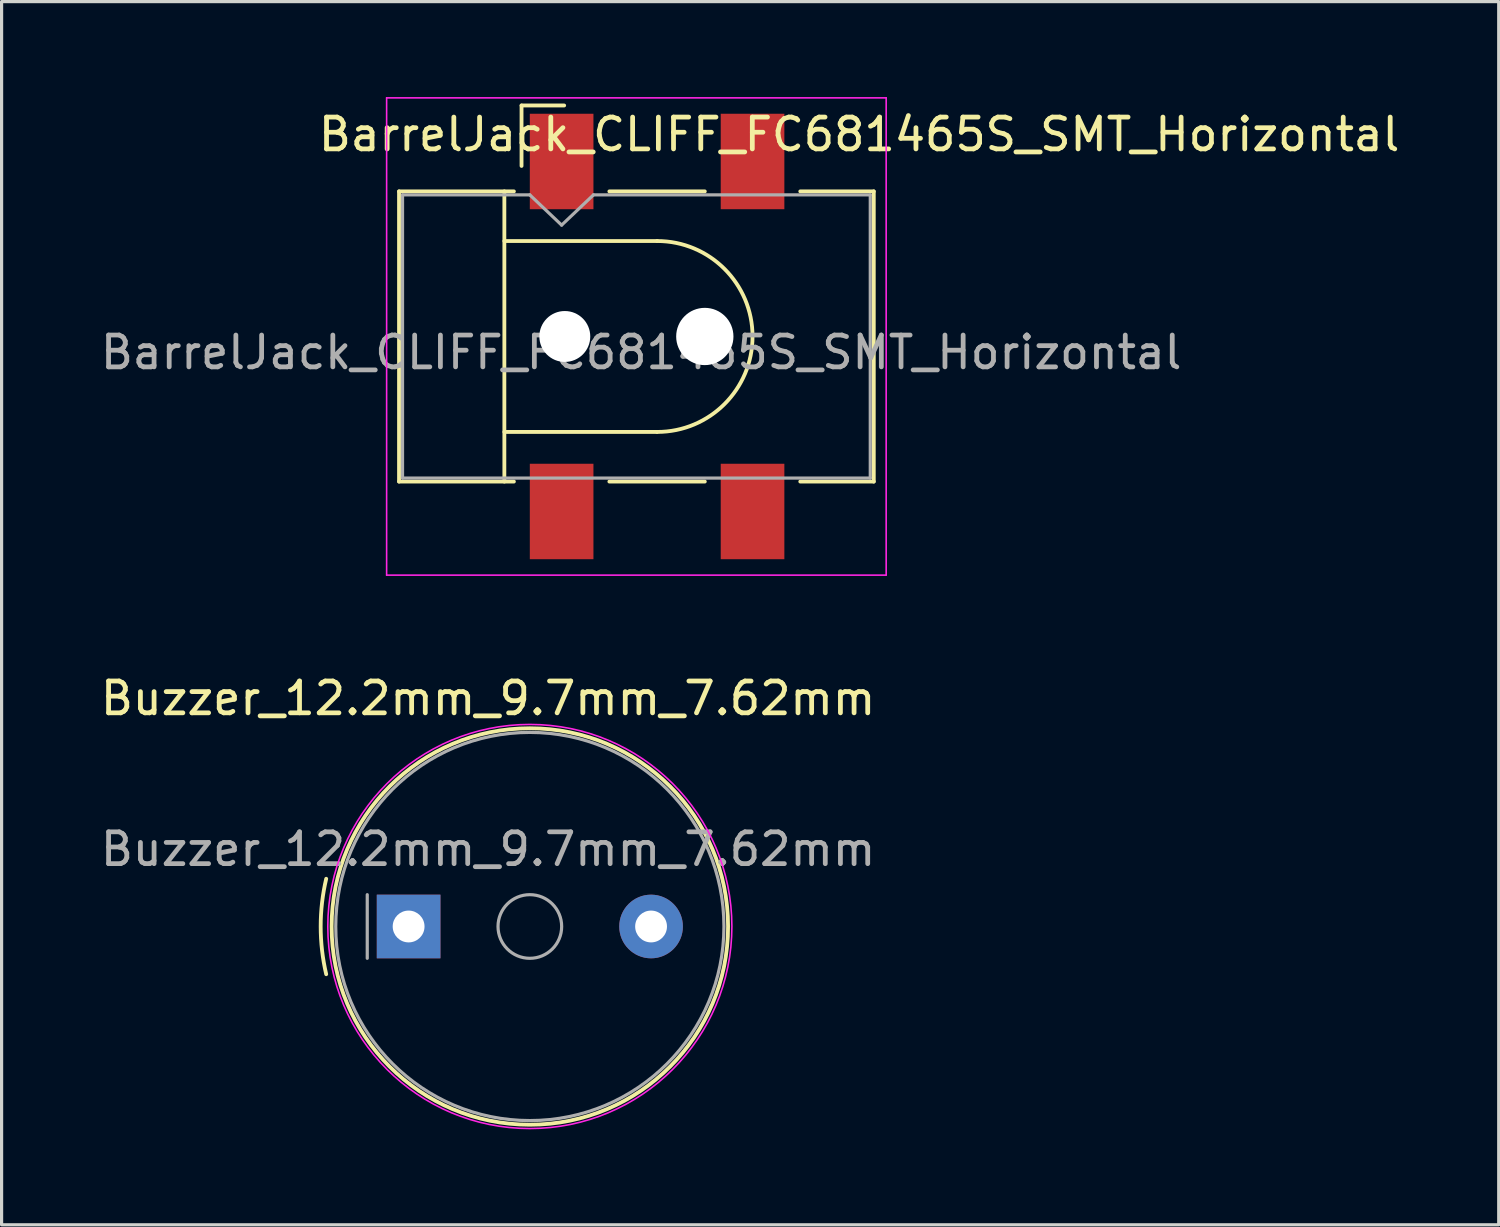
<source format=kicad_pcb>
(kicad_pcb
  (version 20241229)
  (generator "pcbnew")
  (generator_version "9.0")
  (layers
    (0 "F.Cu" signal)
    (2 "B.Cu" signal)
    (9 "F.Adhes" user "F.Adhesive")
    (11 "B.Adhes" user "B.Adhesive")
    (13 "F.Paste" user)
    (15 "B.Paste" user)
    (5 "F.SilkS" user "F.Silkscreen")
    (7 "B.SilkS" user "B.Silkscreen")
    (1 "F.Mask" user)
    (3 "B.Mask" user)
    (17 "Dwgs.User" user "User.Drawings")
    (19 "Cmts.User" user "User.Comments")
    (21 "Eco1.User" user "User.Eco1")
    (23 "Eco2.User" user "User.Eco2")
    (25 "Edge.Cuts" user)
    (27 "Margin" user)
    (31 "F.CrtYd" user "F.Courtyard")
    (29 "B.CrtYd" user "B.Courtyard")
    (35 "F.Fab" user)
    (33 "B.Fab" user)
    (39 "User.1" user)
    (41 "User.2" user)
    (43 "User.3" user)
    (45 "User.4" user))
  (footprint "Buzzer_12.2mm_9.7mm_7.62mm"
    (layer "F.Cu")
    (at 9.792 26.068)
    (property "Reference" "Buzzer_12.2mm_9.7mm_7.62mm" (at 2.5 -7.17 0) (layer "F.SilkS") (effects (font (size 1 1) (thickness 0.15))))
    (attr through_hole)
    (fp_arc (start -2.59 1.499999) (mid -2.763431 0) (end -2.59 -1.5) (stroke (width 0.12) (type solid)) (layer "F.SilkS"))
    (fp_circle (center 3.81 0) (end 10.04 0) (stroke (width 0.12) (type solid)) (fill no) (layer "F.SilkS"))
    (fp_circle (center 3.81 0) (end 10.16 0) (stroke (width 0.05) (type solid)) (fill no) (layer "F.CrtYd"))
    (fp_line (start -1.3 -1) (end -1.3 1) (stroke (width 0.1) (type solid)) (layer "F.Fab"))
    (fp_circle (center 3.81 0) (end 4.81 0) (stroke (width 0.1) (type solid)) (fill no) (layer "F.Fab"))
    (fp_circle (center 3.81 0) (end 9.91 0) (stroke (width 0.1) (type solid)) (fill no) (layer "F.Fab"))
    (fp_text user "${REFERENCE}" (at 2.5 -2.43 0) (layer "F.Fab") (effects (font (size 1 1) (thickness 0.15))))
    (pad "1" thru_hole rect (at 0 0) (size 2 2) (drill 1) (layers "*.Cu" "*.Mask"))
    (pad "2" thru_hole circle (at 7.62 0) (size 2 2) (drill 1) (layers "*.Cu" "*.Mask")))
  (footprint "BarrelJack_CLIFF_FC681465S_SMT_Horizontal"
    (layer "F.Cu")
    (at 17.601 7.525)
    (property "Reference" "BarrelJack_CLIFF_FC681465S_SMT_Horizontal" (at 6.35 -6.35 0) (layer "F.SilkS") (effects (font (size 1 1) (thickness 0.15))))
    (attr smd)
    (fp_line (start -8.11 -4.56) (end -4.5 -4.56) (stroke (width 0.12) (type solid)) (layer "F.SilkS"))
    (fp_line (start -8.11 4.56) (end -8.11 -4.56) (stroke (width 0.12) (type solid)) (layer "F.SilkS"))
    (fp_line (start -8.11 4.56) (end -4.5 4.56) (stroke (width 0.12) (type solid)) (layer "F.SilkS"))
    (fp_line (start -4.8 -3) (end 0 -3) (stroke (width 0.12) (type solid)) (layer "F.SilkS"))
    (fp_line (start -4.8 3) (end 0 3) (stroke (width 0.12) (type solid)) (layer "F.SilkS"))
    (fp_line (start -4.8 4.56) (end -4.8 -4.56) (stroke (width 0.12) (type solid)) (layer "F.SilkS"))
    (fp_line (start -4.26 -7.26) (end -4.26 -5.36) (stroke (width 0.12) (type solid)) (layer "F.SilkS"))
    (fp_line (start -2.92 -7.26) (end -4.26 -7.26) (stroke (width 0.12) (type solid)) (layer "F.SilkS"))
    (fp_line (start -1.5 -4.56) (end 1.5 -4.56) (stroke (width 0.12) (type solid)) (layer "F.SilkS"))
    (fp_line (start -1.5 4.56) (end 1.5 4.56) (stroke (width 0.12) (type solid)) (layer "F.SilkS"))
    (fp_line (start 4.5 -4.56) (end 6.81 -4.56) (stroke (width 0.12) (type solid)) (layer "F.SilkS"))
    (fp_line (start 4.5 4.56) (end 6.81 4.56) (stroke (width 0.12) (type solid)) (layer "F.SilkS"))
    (fp_line (start 6.81 4.56) (end 6.81 -4.56) (stroke (width 0.12) (type solid)) (layer "F.SilkS"))
    (fp_arc (start 0 -3) (mid 3 0) (end 0 3) (stroke (width 0.12) (type solid)) (layer "F.SilkS"))
    (fp_line (start -8.5 -7.5) (end 7.2 -7.5) (stroke (width 0.05) (type solid)) (layer "F.CrtYd"))
    (fp_line (start -8.5 7.5) (end -8.5 -7.5) (stroke (width 0.05) (type solid)) (layer "F.CrtYd"))
    (fp_line (start -8.5 7.5) (end 7.2 7.5) (stroke (width 0.05) (type solid)) (layer "F.CrtYd"))
    (fp_line (start 7.2 7.5) (end 7.2 -7.5) (stroke (width 0.05) (type solid)) (layer "F.CrtYd"))
    (fp_line (start -8 -4.45) (end -4 -4.45) (stroke (width 0.1) (type solid)) (layer "F.Fab"))
    (fp_line (start -8 4.45) (end -8 -4.45) (stroke (width 0.1) (type solid)) (layer "F.Fab"))
    (fp_line (start -8 4.45) (end 6.7 4.45) (stroke (width 0.1) (type solid)) (layer "F.Fab"))
    (fp_line (start -4 -4.45) (end -3 -3.5) (stroke (width 0.1) (type solid)) (layer "F.Fab"))
    (fp_line (start -3 -3.5) (end -2 -4.45) (stroke (width 0.1) (type solid)) (layer "F.Fab"))
    (fp_line (start -2 -4.45) (end 6.7 -4.45) (stroke (width 0.1) (type solid)) (layer "F.Fab"))
    (fp_line (start 6.7 4.45) (end 6.7 -4.45) (stroke (width 0.1) (type solid)) (layer "F.Fab"))
    (fp_text user "${REFERENCE}" (at -0.5 0.5 180) (layer "F.Fab") (effects (font (size 1 1) (thickness 0.15))))
    (pad "" np_thru_hole oval (at -2.9 0 90) (size 1.6 1.6) (drill oval 1.6) (layers "*.Cu" "*.Mask"))
    (pad "" np_thru_hole circle (at 1.5 0 90) (size 1.8 1.8) (drill 1.8) (layers "*.Cu" "*.Mask"))
    (pad "1" smd rect (at 3 -5.5 90) (size 3 2) (layers "F.Cu" "F.Mask" "F.Paste"))
    (pad "2" smd rect (at 3 5.5 90) (size 3 2) (layers "F.Cu" "F.Mask" "F.Paste"))
    (pad "3" smd rect (at -3 5.5 90) (size 3 2) (layers "F.Cu" "F.Mask" "F.Paste"))
    (pad "4" smd rect (at -3 -5.5 90) (size 3 2) (layers "F.Cu" "F.Mask" "F.Paste")))
  (gr_rect
    (start -3 -3)
    (end 44.052 35.443)
    (stroke (width 0.1) (type default))
    (fill no)
    (layer "Edge.Cuts")))
</source>
